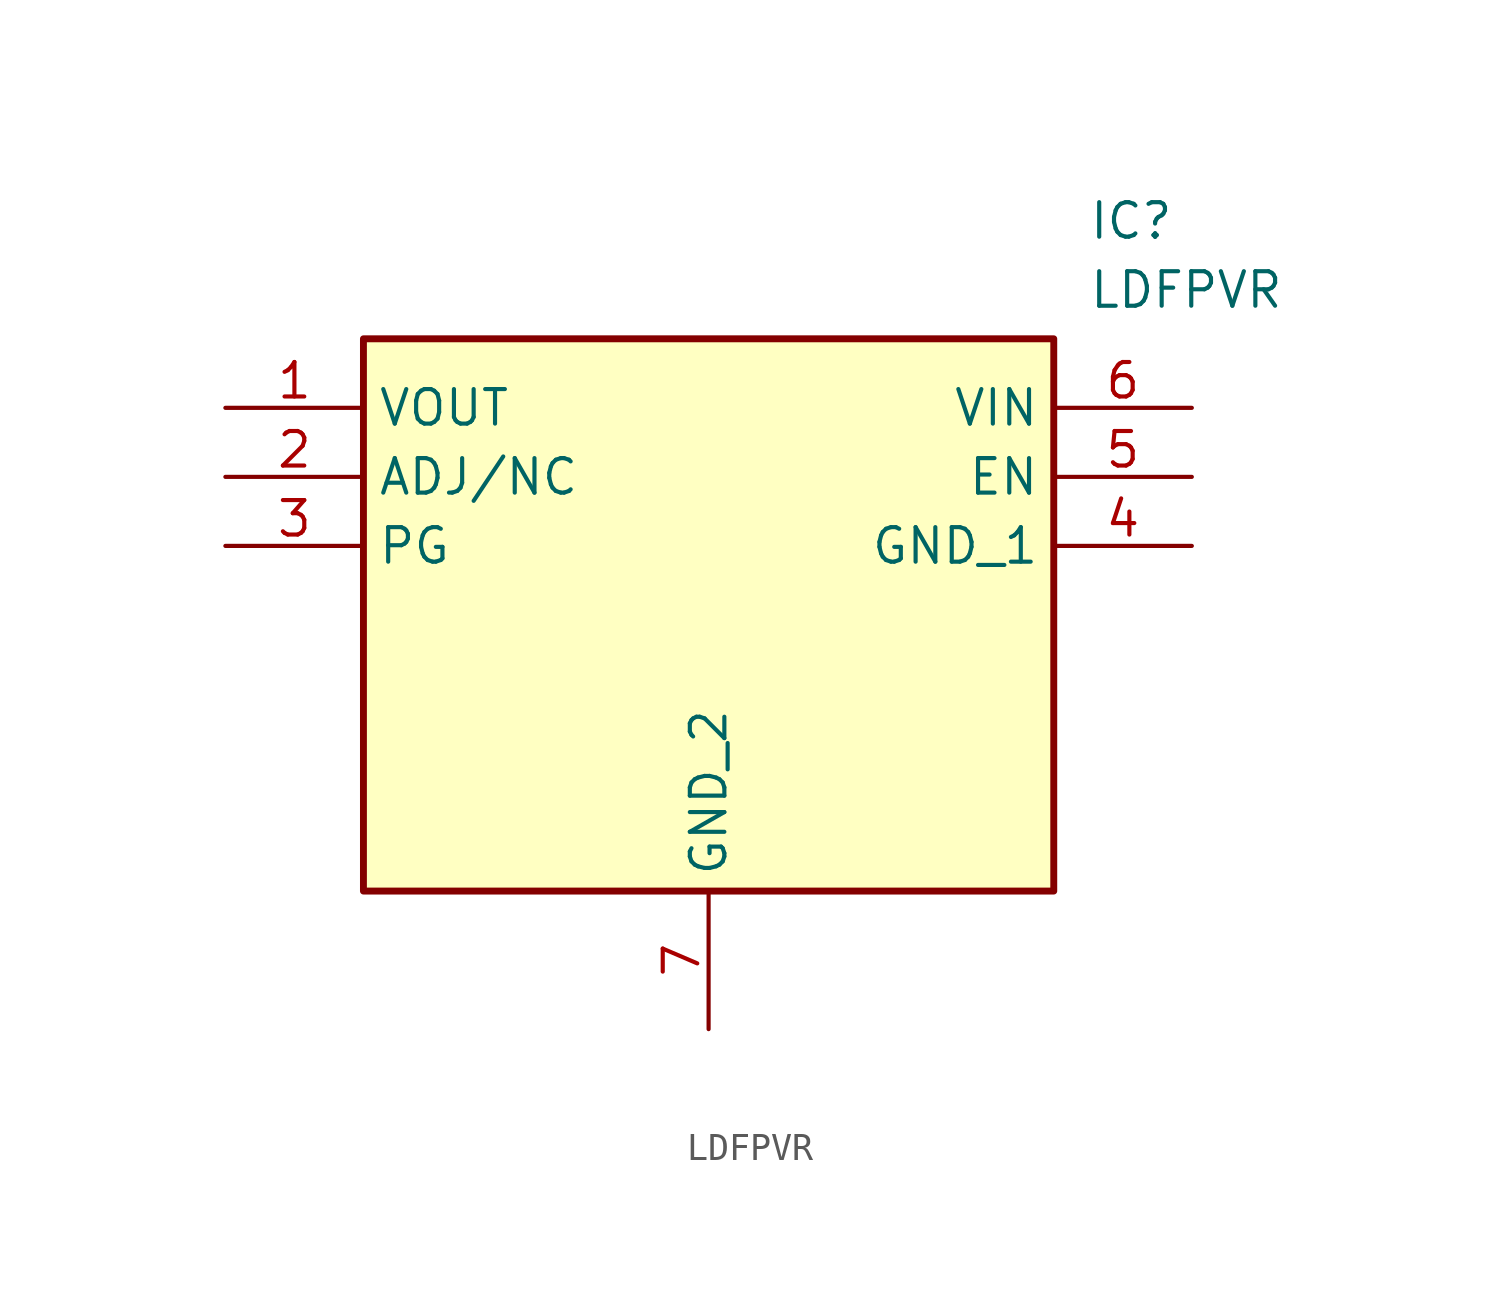
<source format=kicad_sym>
(kicad_symbol_lib
  (version 20231120)
  (generator "kicad_symbol_editor")
  (generator_version "8.0")
  (symbol "LDFPVR"
    (property "Reference" "IC"
      (at 31.75 7.62 0)
      (effects (font (size 1.27 1.27)) (justify left top)))
    (property "Value" "LDFPVR"
      (at 31.75 5.08 0)
      (effects (font (size 1.27 1.27)) (justify left top)))
    (symbol "LDFPVR_1_1"
      (rectangle (start 5.08 2.54) (end 30.48 -17.78) (stroke (width 0.254) (type default)) (fill (type background)))
      (pin passive line (at 0 0 0) (length 5.08) (name "VOUT" (effects (font (size 1.27 1.27)))) (number "1" (effects (font (size 1.27 1.27)))))
      (pin passive line (at 0 -2.54 0) (length 5.08) (name "ADJ/NC" (effects (font (size 1.27 1.27)))) (number "2" (effects (font (size 1.27 1.27)))))
      (pin passive line (at 0 -5.08 0) (length 5.08) (name "PG" (effects (font (size 1.27 1.27)))) (number "3" (effects (font (size 1.27 1.27)))))
      (pin passive line (at 35.56 -5.08 180) (length 5.08) (name "GND_1" (effects (font (size 1.27 1.27)))) (number "4" (effects (font (size 1.27 1.27)))))
      (pin passive line (at 35.56 -2.54 180) (length 5.08) (name "EN" (effects (font (size 1.27 1.27)))) (number "5" (effects (font (size 1.27 1.27)))))
      (pin passive line (at 35.56 0 180) (length 5.08) (name "VIN" (effects (font (size 1.27 1.27)))) (number "6" (effects (font (size 1.27 1.27)))))
      (pin passive line (at 17.78 -22.86 90) (length 5.08) (name "GND_2" (effects (font (size 1.27 1.27)))) (number "7" (effects (font (size 1.27 1.27))))))))
</source>
